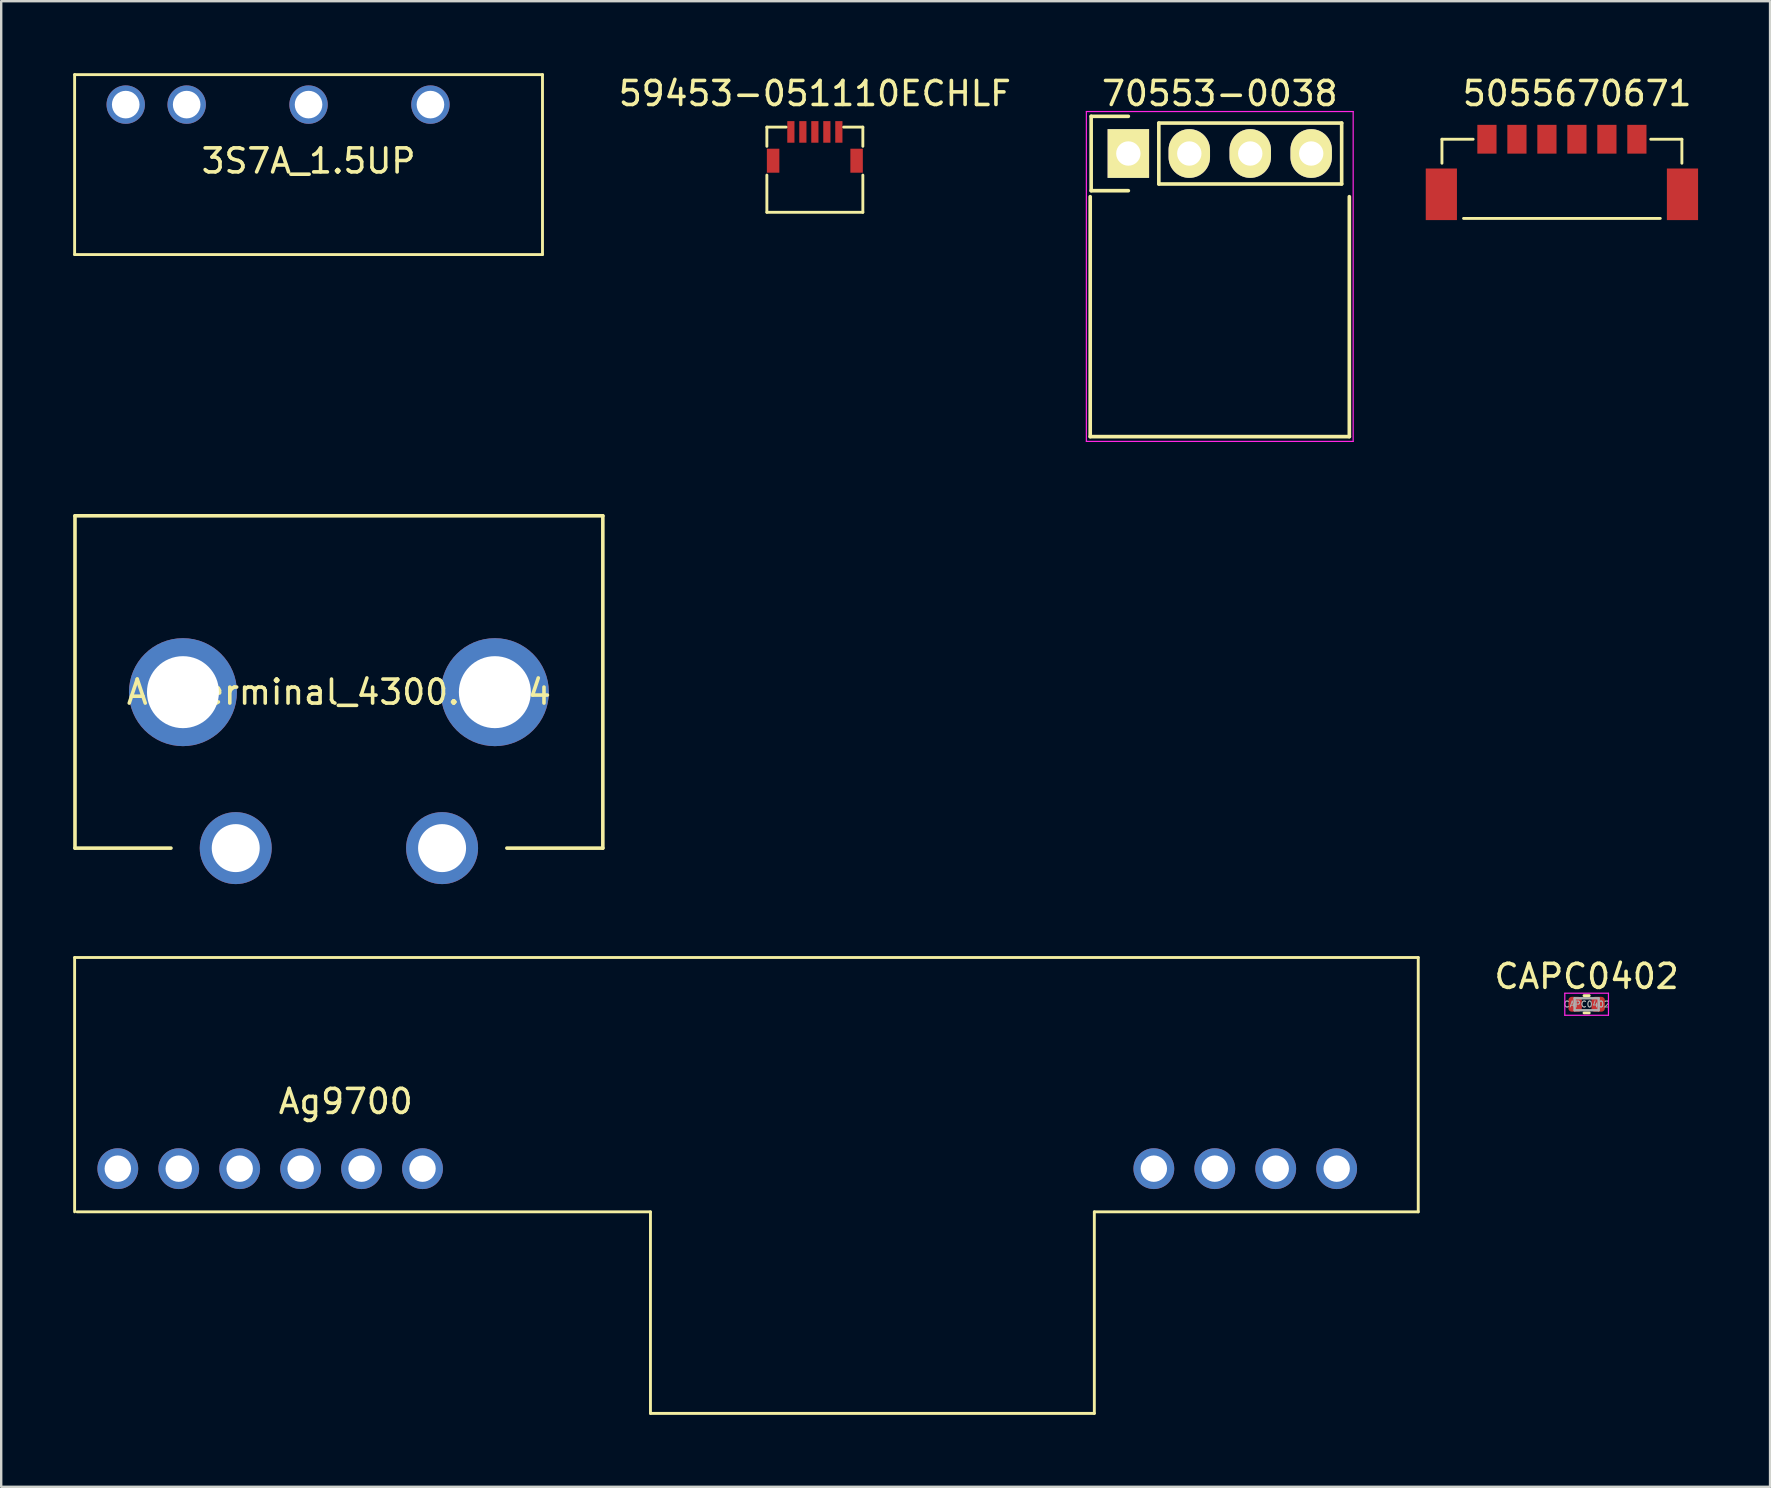
<source format=kicad_pcb>
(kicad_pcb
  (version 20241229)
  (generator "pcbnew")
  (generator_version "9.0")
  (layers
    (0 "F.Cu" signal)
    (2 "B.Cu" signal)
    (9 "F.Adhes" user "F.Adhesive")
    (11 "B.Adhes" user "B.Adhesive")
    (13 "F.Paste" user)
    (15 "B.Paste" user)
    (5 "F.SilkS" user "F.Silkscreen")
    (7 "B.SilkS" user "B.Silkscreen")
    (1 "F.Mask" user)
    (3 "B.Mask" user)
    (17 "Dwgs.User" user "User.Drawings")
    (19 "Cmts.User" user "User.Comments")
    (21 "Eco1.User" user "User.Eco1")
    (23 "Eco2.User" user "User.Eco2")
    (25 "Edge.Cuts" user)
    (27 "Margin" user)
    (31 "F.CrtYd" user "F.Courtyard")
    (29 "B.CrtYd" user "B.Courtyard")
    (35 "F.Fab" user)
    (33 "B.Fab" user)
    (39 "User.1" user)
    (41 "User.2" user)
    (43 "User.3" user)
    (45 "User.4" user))
  (footprint "5055670671"
    (layer "F.Cu")
    (at 62.048 2.753)
    (property "Reference" "5055670671" (at 0.635 -1.905 0) (unlocked yes) (layer "F.SilkS") (effects (font (size 1 1) (thickness 0.15))))
    (attr smd)
    (fp_line (start -5 0) (end -5 1) (stroke (width 0.12) (type solid)) (layer "F.SilkS"))
    (fp_line (start -4.1 3.3) (end 4.1 3.3) (stroke (width 0.12) (type solid)) (layer "F.SilkS"))
    (fp_line (start -3.7 0) (end -5 0) (stroke (width 0.12) (type solid)) (layer "F.SilkS"))
    (fp_line (start 3.7 0) (end 5 0) (stroke (width 0.12) (type solid)) (layer "F.SilkS"))
    (fp_line (start 5 0) (end 5 1) (stroke (width 0.12) (type solid)) (layer "F.SilkS"))
    (pad "1" smd rect (at -3.125 0) (size 0.8 1.2) (layers "F.Cu" "F.Mask" "F.Paste"))
    (pad "2" smd rect (at -1.875 0) (size 0.8 1.2) (layers "F.Cu" "F.Mask" "F.Paste"))
    (pad "3" smd rect (at -0.625 0) (size 0.8 1.2) (layers "F.Cu" "F.Mask" "F.Paste"))
    (pad "4" smd rect (at 0.625 0) (size 0.8 1.2) (layers "F.Cu" "F.Mask" "F.Paste"))
    (pad "5" smd rect (at 1.875 0) (size 0.8 1.2) (layers "F.Cu" "F.Mask" "F.Paste"))
    (pad "6" smd rect (at 3.125 0) (size 0.8 1.2) (layers "F.Cu" "F.Mask" "F.Paste"))
    (pad "7" smd rect (at -5.025 2.295) (size 1.3 2.15) (layers "F.Cu" "F.Mask" "F.Paste"))
    (pad "7" smd rect (at 5.025 2.295) (size 1.3 2.15) (layers "F.Cu" "F.Mask" "F.Paste")))
  (footprint "Ag9700"
    (layer "F.Cu")
    (at 1.86 45.658)
    (property "Reference" "Ag9700" (at 9.5 -2.8 0) (layer "F.SilkS") (effects (font (size 1 1) (thickness 0.15))))
    (attr through_hole)
    (fp_line (start -1.8 -8.8) (end -1.8 1.8) (stroke (width 0.12) (type solid)) (layer "F.SilkS"))
    (fp_line (start -1.8 -8.8) (end 54.2 -8.8) (stroke (width 0.12) (type solid)) (layer "F.SilkS"))
    (fp_line (start -1.7 1.8) (end 22.2 1.8) (stroke (width 0.12) (type solid)) (layer "F.SilkS"))
    (fp_line (start 22.2 1.8) (end 22.2 10.2) (stroke (width 0.12) (type solid)) (layer "F.SilkS"))
    (fp_line (start 22.2 10.2) (end 40.7 10.2) (stroke (width 0.12) (type solid)) (layer "F.SilkS"))
    (fp_line (start 40.7 1.8) (end 54.2 1.8) (stroke (width 0.12) (type solid)) (layer "F.SilkS"))
    (fp_line (start 40.7 10.2) (end 40.7 1.8) (stroke (width 0.12) (type solid)) (layer "F.SilkS"))
    (fp_line (start 54.2 1.8) (end 54.2 -8.8) (stroke (width 0.12) (type solid)) (layer "F.SilkS"))
    (pad "1" thru_hole circle (at 0 0) (size 1.7 1.7) (drill 1.1) (layers "*.Cu" "*.Mask"))
    (pad "2" thru_hole circle (at 2.54 0) (size 1.7 1.7) (drill 1.1) (layers "*.Cu" "*.Mask"))
    (pad "3" thru_hole circle (at 5.08 0) (size 1.7 1.7) (drill 1.1) (layers "*.Cu" "*.Mask"))
    (pad "4" thru_hole circle (at 7.62 0) (size 1.7 1.7) (drill 1.1) (layers "*.Cu" "*.Mask"))
    (pad "5" thru_hole circle (at 10.16 0) (size 1.7 1.7) (drill 1.1) (layers "*.Cu" "*.Mask"))
    (pad "6" thru_hole circle (at 12.7 0) (size 1.7 1.7) (drill 1.1) (layers "*.Cu" "*.Mask"))
    (pad "7" thru_hole circle (at 43.18 0) (size 1.7 1.7) (drill 1.1) (layers "*.Cu" "*.Mask"))
    (pad "8" thru_hole circle (at 45.72 0) (size 1.7 1.7) (drill 1.1) (layers "*.Cu" "*.Mask"))
    (pad "9" thru_hole circle (at 48.26 0) (size 1.7 1.7) (drill 1.1) (layers "*.Cu" "*.Mask"))
    (pad "10" thru_hole circle (at 50.8 0) (size 1.7 1.7) (drill 1.1) (layers "*.Cu" "*.Mask")))
  (footprint "70553-0038"
    (layer "F.Cu")
    (at 47.788 3.348)
    (property "Reference" "70553-0038" (at 0 -2.5 0) (layer "F.SilkS") (effects (font (size 1 1) (thickness 0.15))))
    (attr through_hole)
    (fp_line (start -5.4 1.8) (end -5.4 11.8) (stroke (width 0.152) (type solid)) (layer "F.SilkS"))
    (fp_line (start -5.4 11.8) (end 5.4 11.8) (stroke (width 0.152) (type solid)) (layer "F.SilkS"))
    (fp_line (start -5.36 -1.55) (end -5.36 1.55) (stroke (width 0.15) (type solid)) (layer "F.SilkS"))
    (fp_line (start -5.36 1.55) (end -3.81 1.55) (stroke (width 0.15) (type solid)) (layer "F.SilkS"))
    (fp_line (start -3.81 -1.55) (end -5.36 -1.55) (stroke (width 0.15) (type solid)) (layer "F.SilkS"))
    (fp_line (start -2.54 -1.27) (end 5.08 -1.27) (stroke (width 0.15) (type solid)) (layer "F.SilkS"))
    (fp_line (start -2.54 1.27) (end -2.54 -1.27) (stroke (width 0.15) (type solid)) (layer "F.SilkS"))
    (fp_line (start -2.54 1.27) (end 5.08 1.27) (stroke (width 0.15) (type solid)) (layer "F.SilkS"))
    (fp_line (start 5.08 -1.27) (end 5.08 1.27) (stroke (width 0.15) (type solid)) (layer "F.SilkS"))
    (fp_line (start 5.4 11.8) (end 5.4 1.8) (stroke (width 0.152) (type solid)) (layer "F.SilkS"))
    (fp_line (start -5.56 -1.75) (end -5.56 12) (stroke (width 0.05) (type solid)) (layer "F.CrtYd"))
    (fp_line (start -5.56 -1.75) (end 5.56 -1.75) (stroke (width 0.05) (type solid)) (layer "F.CrtYd"))
    (fp_line (start -5.56 12) (end 5.56 12) (stroke (width 0.05) (type solid)) (layer "F.CrtYd"))
    (fp_line (start 5.56 -1.75) (end 5.56 12) (stroke (width 0.05) (type solid)) (layer "F.CrtYd"))
    (pad "1" thru_hole rect (at -3.81 0) (size 1.727 2.032) (drill 1.016) (layers "*.Cu" "*.Mask" "F.SilkS"))
    (pad "2" thru_hole oval (at -1.27 0) (size 1.727 2.032) (drill 1.016) (layers "*.Cu" "*.Mask" "F.SilkS"))
    (pad "3" thru_hole oval (at 1.27 0) (size 1.727 2.032) (drill 1.016) (layers "*.Cu" "*.Mask" "F.SilkS"))
    (pad "4" thru_hole oval (at 3.81 0) (size 1.727 2.032) (drill 1.016) (layers "*.Cu" "*.Mask" "F.SilkS")))
  (footprint "CAPC0402"
    (layer "F.Cu")
    (at 63.078 38.806)
    (property "Reference" "CAPC0402" (at 0 -1.16 0) (layer "F.SilkS") (effects (font (size 1 1) (thickness 0.15))))
    (attr smd)
    (fp_line (start -0.108 -0.36) (end 0.108 -0.36) (stroke (width 0.12) (type solid)) (layer "F.SilkS"))
    (fp_line (start -0.108 0.36) (end 0.108 0.36) (stroke (width 0.12) (type solid)) (layer "F.SilkS"))
    (fp_line (start -0.91 -0.46) (end 0.91 -0.46) (stroke (width 0.05) (type solid)) (layer "F.CrtYd"))
    (fp_line (start -0.91 0.46) (end -0.91 -0.46) (stroke (width 0.05) (type solid)) (layer "F.CrtYd"))
    (fp_line (start 0.91 -0.46) (end 0.91 0.46) (stroke (width 0.05) (type solid)) (layer "F.CrtYd"))
    (fp_line (start 0.91 0.46) (end -0.91 0.46) (stroke (width 0.05) (type solid)) (layer "F.CrtYd"))
    (fp_line (start -0.5 -0.25) (end 0.5 -0.25) (stroke (width 0.1) (type solid)) (layer "F.Fab"))
    (fp_line (start -0.5 0.25) (end -0.5 -0.25) (stroke (width 0.1) (type solid)) (layer "F.Fab"))
    (fp_line (start 0.5 -0.25) (end 0.5 0.25) (stroke (width 0.1) (type solid)) (layer "F.Fab"))
    (fp_line (start 0.5 0.25) (end -0.5 0.25) (stroke (width 0.1) (type solid)) (layer "F.Fab"))
    (fp_text user "${REFERENCE}" (at 0 0 0) (layer "F.Fab") (effects (font (size 0.25 0.25) (thickness 0.04))))
    (pad "1" smd roundrect (at -0.48 0) (size 0.56 0.62) (layers "F.Cu" "F.Mask" "F.Paste") (roundrect_rratio 0.25))
    (pad "2" smd roundrect (at 0.48 0) (size 0.56 0.62) (layers "F.Cu" "F.Mask" "F.Paste") (roundrect_rratio 0.25)))
  (footprint "59453-051110ECHLF"
    (layer "F.Cu")
    (at 30.912 2.448)
    (property "Reference" "59453-051110ECHLF" (at 0 -1.6 0) (layer "F.SilkS") (effects (font (size 1 1) (thickness 0.15))))
    (attr through_hole)
    (fp_line (start -2 -0.2) (end -1.2 -0.2) (stroke (width 0.12) (type solid)) (layer "F.SilkS"))
    (fp_line (start -2 0.6) (end -2 -0.2) (stroke (width 0.12) (type solid)) (layer "F.SilkS"))
    (fp_line (start -2 3.35) (end -2 1.8) (stroke (width 0.12) (type solid)) (layer "F.SilkS"))
    (fp_line (start -2 3.35) (end 2 3.35) (stroke (width 0.12) (type solid)) (layer "F.SilkS"))
    (fp_line (start 2 -0.2) (end 1.2 -0.2) (stroke (width 0.12) (type solid)) (layer "F.SilkS"))
    (fp_line (start 2 0.6) (end 2 -0.2) (stroke (width 0.12) (type solid)) (layer "F.SilkS"))
    (fp_line (start 2 3.35) (end 2 1.8) (stroke (width 0.12) (type solid)) (layer "F.SilkS"))
    (pad "1" smd rect (at -1 0) (size 0.3 0.9) (layers "F.Cu" "F.Mask" "F.Paste"))
    (pad "2" smd rect (at -0.5 0) (size 0.3 0.9) (layers "F.Cu" "F.Mask" "F.Paste"))
    (pad "3" smd rect (at 0 0) (size 0.3 0.9) (layers "F.Cu" "F.Mask" "F.Paste"))
    (pad "4" smd rect (at 0.5 0) (size 0.3 0.9) (layers "F.Cu" "F.Mask" "F.Paste"))
    (pad "5" smd rect (at 1 0) (size 0.3 0.9) (layers "F.Cu" "F.Mask" "F.Paste"))
    (pad "6" smd rect (at -1.74 1.2) (size 0.52 1) (layers "F.Cu" "F.Mask" "F.Paste"))
    (pad "6" smd rect (at 1.74 1.2) (size 0.52 1) (layers "F.Cu" "F.Mask" "F.Paste")))
  (footprint "AC_terminal_4300.0104"
    (layer "F.Cu")
    (at 11.075 25.798)
    (property "Reference" "AC_terminal_4300.0104" (at 0 0 0) (layer "F.SilkS") (effects (font (size 1 1) (thickness 0.15))))
    (attr through_hole)
    (fp_line (start -11 -7.35) (end -11 6.5) (stroke (width 0.15) (type solid)) (layer "F.SilkS"))
    (fp_line (start -11 -7.35) (end 11 -7.35) (stroke (width 0.15) (type solid)) (layer "F.SilkS"))
    (fp_line (start -11 6.5) (end -7 6.5) (stroke (width 0.15) (type solid)) (layer "F.SilkS"))
    (fp_line (start 11 6.5) (end 7 6.5) (stroke (width 0.15) (type solid)) (layer "F.SilkS"))
    (fp_line (start 11 6.5) (end 11 -7.35) (stroke (width 0.15) (type solid)) (layer "F.SilkS"))
    (pad "" np_thru_hole circle (at -6.5 0) (size 4.5 4.5) (drill 3) (layers "*.Cu" "*.Mask"))
    (pad "" np_thru_hole circle (at 6.5 0) (size 4.5 4.5) (drill 3) (layers "*.Cu" "*.Mask"))
    (pad "1" thru_hole circle (at -4.3 6.5) (size 3 3) (drill 2) (layers "*.Cu" "*.Mask"))
    (pad "2" thru_hole circle (at 4.3 6.5) (size 3 3) (drill 2) (layers "*.Cu" "*.Mask")))
  (footprint "3S7A_1.5UP"
    (layer "F.Cu")
    (at 9.81 1.31)
    (property "Reference" "3S7A_1.5UP" (at 0 2.349 0) (layer "F.SilkS") (effects (font (size 1 1) (thickness 0.15))))
    (attr through_hole)
    (fp_line (start -9.75 -1.25) (end -9.75 6.25) (stroke (width 0.12) (type solid)) (layer "F.SilkS"))
    (fp_line (start 9.75 -1.25) (end -9.75 -1.25) (stroke (width 0.12) (type solid)) (layer "F.SilkS"))
    (fp_line (start 9.75 -1.25) (end 9.75 6.25) (stroke (width 0.12) (type solid)) (layer "F.SilkS"))
    (fp_line (start 9.75 6.25) (end -9.75 6.25) (stroke (width 0.12) (type solid)) (layer "F.SilkS"))
    (pad "1" thru_hole circle (at -7.62 0) (size 1.6 1.6) (drill 1.15) (layers "*.Cu" "*.Mask"))
    (pad "2" thru_hole circle (at -5.08 0) (size 1.6 1.6) (drill 1.15) (layers "*.Cu" "*.Mask"))
    (pad "4" thru_hole circle (at 0 0) (size 1.6 1.6) (drill 1.15) (layers "*.Cu" "*.Mask"))
    (pad "6" thru_hole circle (at 5.08 0) (size 1.6 1.6) (drill 1.15) (layers "*.Cu" "*.Mask")))
  (gr_rect
    (start -3 -3)
    (end 70.723 58.918)
    (stroke (width 0.1) (type default))
    (fill no)
    (layer "Edge.Cuts")))
</source>
